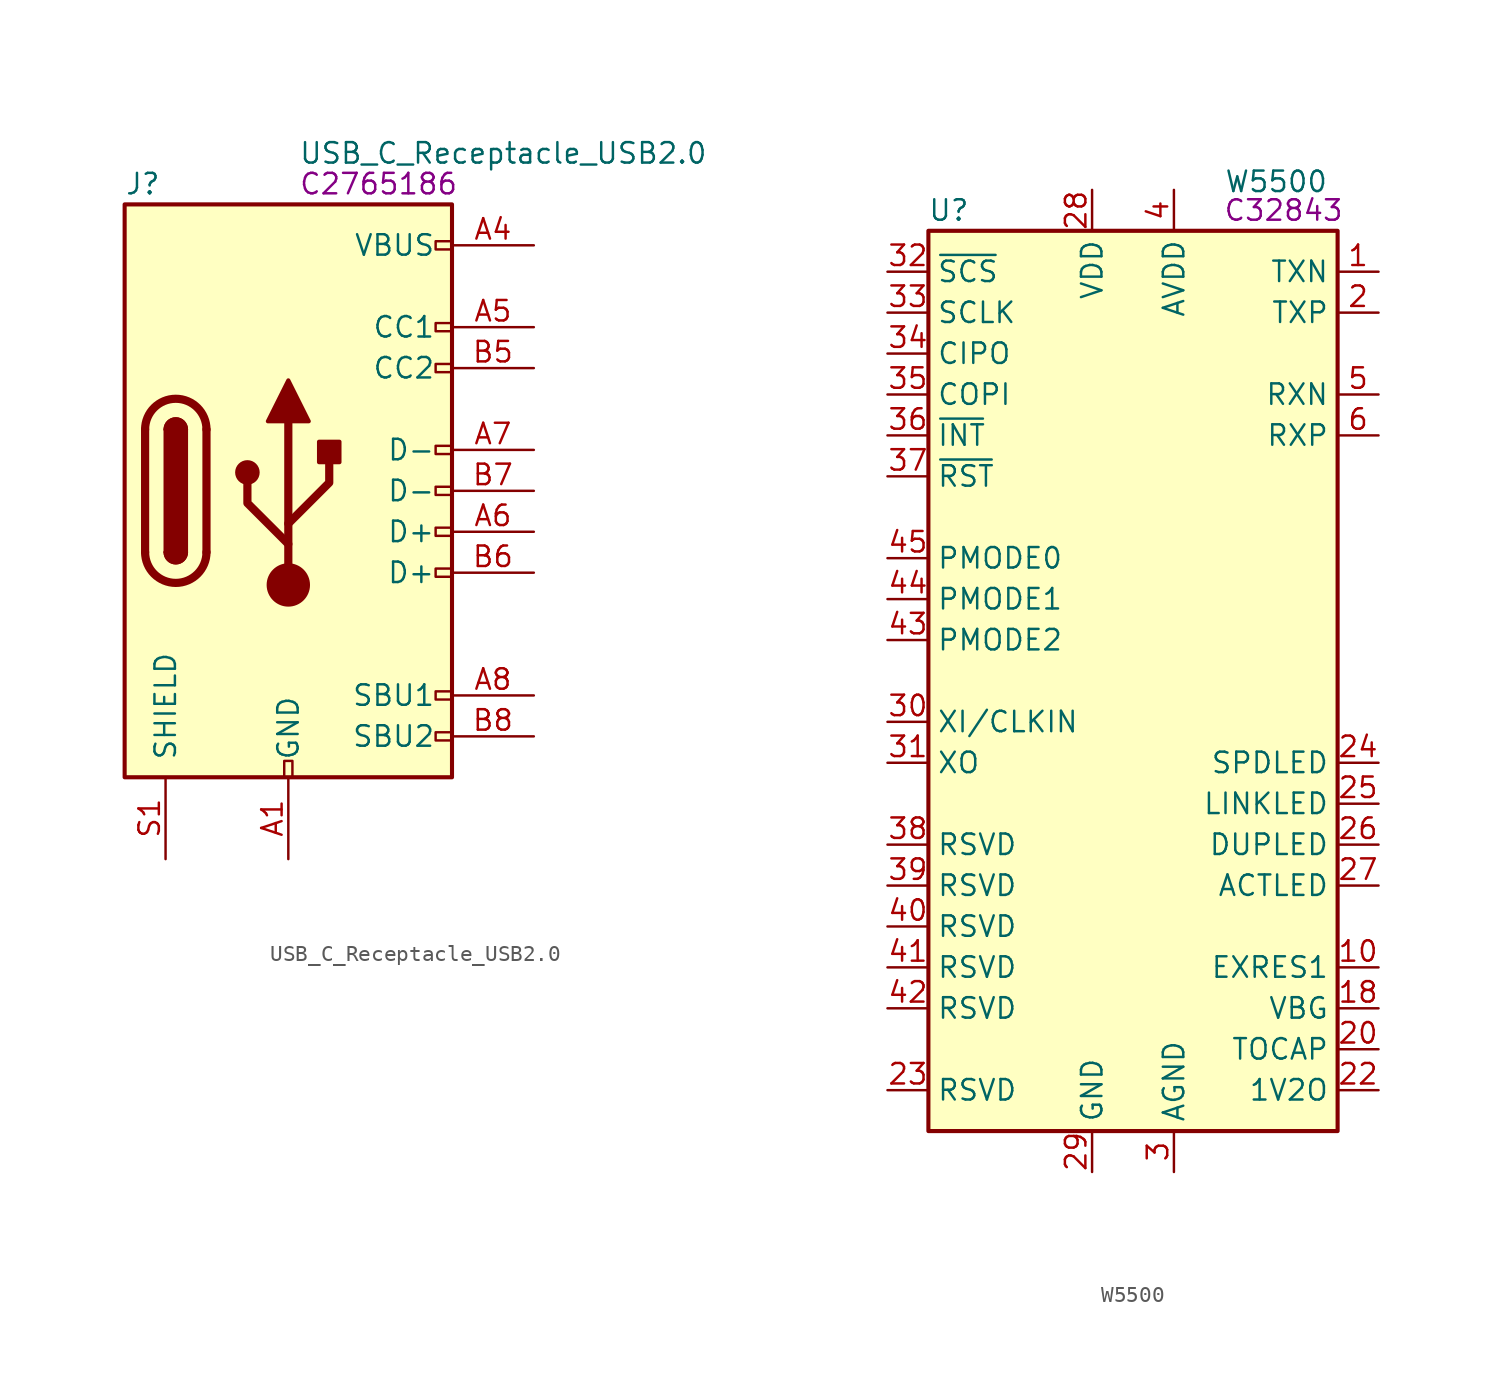
<source format=kicad_sym>
(kicad_symbol_lib
  (version 20211014)
  (generator kicad_symbol_editor)
  (symbol "USB_C_Receptacle_USB2.0"
    (pin_names
      (offset 1.016))
    (property "Reference" "J"
      (at -10.16 19.05 0)
      (effects (font (size 1.27 1.27)) (justify left)))
    (property "Value" "USB_C_Receptacle_USB2.0"
      (at 0.635 20.955 0)
      (effects (font (size 1.27 1.27)) (justify left)))
    (property "LCSC" "C2765186"
      (at 0.635 19.05 0)
      (effects (font (size 1.27 1.27)) (justify left)))
    (symbol "USB_C_Receptacle_USB2.0_0_0"
      (rectangle (start -0.254 -17.78) (end 0.254 -16.764) (stroke (width 0) (type default) (color 0 0 0 0)) (fill (type none)))
      (rectangle (start 10.16 -14.986) (end 9.144 -15.494) (stroke (width 0) (type default) (color 0 0 0 0)) (fill (type none)))
      (rectangle (start 10.16 -12.446) (end 9.144 -12.954) (stroke (width 0) (type default) (color 0 0 0 0)) (fill (type none)))
      (rectangle (start 10.16 -4.826) (end 9.144 -5.334) (stroke (width 0) (type default) (color 0 0 0 0)) (fill (type none)))
      (rectangle (start 10.16 -2.286) (end 9.144 -2.794) (stroke (width 0) (type default) (color 0 0 0 0)) (fill (type none)))
      (rectangle (start 10.16 0.254) (end 9.144 -0.254) (stroke (width 0) (type default) (color 0 0 0 0)) (fill (type none)))
      (rectangle (start 10.16 2.794) (end 9.144 2.286) (stroke (width 0) (type default) (color 0 0 0 0)) (fill (type none)))
      (rectangle (start 10.16 7.874) (end 9.144 7.366) (stroke (width 0) (type default) (color 0 0 0 0)) (fill (type none)))
      (rectangle (start 10.16 10.414) (end 9.144 9.906) (stroke (width 0) (type default) (color 0 0 0 0)) (fill (type none)))
      (rectangle (start 10.16 15.494) (end 9.144 14.986) (stroke (width 0) (type default) (color 0 0 0 0)) (fill (type none))))
    (symbol "USB_C_Receptacle_USB2.0_0_1"
      (rectangle (start -10.16 17.78) (end 10.16 -17.78) (stroke (width 0.254) (type default) (color 0 0 0 0)) (fill (type background)))
      (arc (start -8.89 -3.81) (mid -6.985 -5.715) (end -5.08 -3.81) (stroke (width 0.508) (type default) (color 0 0 0 0)) (fill (type none)))
      (arc (start -7.62 -3.81) (mid -6.985 -4.445) (end -6.35 -3.81) (stroke (width 0.254) (type default) (color 0 0 0 0)) (fill (type none)))
      (arc (start -7.62 -3.81) (mid -6.985 -4.445) (end -6.35 -3.81) (stroke (width 0.254) (type default) (color 0 0 0 0)) (fill (type outline)))
      (rectangle (start -7.62 -3.81) (end -6.35 3.81) (stroke (width 0.254) (type default) (color 0 0 0 0)) (fill (type outline)))
      (arc (start -6.35 3.81) (mid -6.985 4.445) (end -7.62 3.81) (stroke (width 0.254) (type default) (color 0 0 0 0)) (fill (type none)))
      (arc (start -6.35 3.81) (mid -6.985 4.445) (end -7.62 3.81) (stroke (width 0.254) (type default) (color 0 0 0 0)) (fill (type outline)))
      (arc (start -5.08 3.81) (mid -6.985 5.715) (end -8.89 3.81) (stroke (width 0.508) (type default) (color 0 0 0 0)) (fill (type none)))
      (circle (center -2.54 1.143) (radius 0.635) (stroke (width 0.254) (type default) (color 0 0 0 0)) (fill (type outline)))
      (circle (center 0 -5.842) (radius 1.27) (stroke (width 0) (type default) (color 0 0 0 0)) (fill (type outline)))
      (polyline (pts (xy -8.89 -3.81) (xy -8.89 3.81)) (stroke (width 0.508) (type default) (color 0 0 0 0)) (fill (type none)))
      (polyline (pts (xy -5.08 3.81) (xy -5.08 -3.81)) (stroke (width 0.508) (type default) (color 0 0 0 0)) (fill (type none)))
      (polyline (pts (xy 0 -5.842) (xy 0 4.318)) (stroke (width 0.508) (type default) (color 0 0 0 0)) (fill (type none)))
      (polyline (pts (xy 0 -3.302) (xy -2.54 -0.762) (xy -2.54 0.508)) (stroke (width 0.508) (type default) (color 0 0 0 0)) (fill (type none)))
      (polyline (pts (xy 0 -2.032) (xy 2.54 0.508) (xy 2.54 1.778)) (stroke (width 0.508) (type default) (color 0 0 0 0)) (fill (type none)))
      (polyline (pts (xy -1.27 4.318) (xy 0 6.858) (xy 1.27 4.318) (xy -1.27 4.318)) (stroke (width 0.254) (type default) (color 0 0 0 0)) (fill (type outline)))
      (rectangle (start 1.905 1.778) (end 3.175 3.048) (stroke (width 0.254) (type default) (color 0 0 0 0)) (fill (type outline))))
    (symbol "USB_C_Receptacle_USB2.0_1_1"
      (pin passive line (at 0 -22.86 90) (length 5.08) (name "GND" (effects (font (size 1.27 1.27)))) (number "A1" (effects (font (size 1.27 1.27)))))
      (pin passive line (at 0 -22.86 90) (length 5.08) hide (name "GND" (effects (font (size 1.27 1.27)))) (number "A12" (effects (font (size 1.27 1.27)))))
      (pin passive line (at 15.24 15.24 180) (length 5.08) (name "VBUS" (effects (font (size 1.27 1.27)))) (number "A4" (effects (font (size 1.27 1.27)))))
      (pin bidirectional line (at 15.24 10.16 180) (length 5.08) (name "CC1" (effects (font (size 1.27 1.27)))) (number "A5" (effects (font (size 1.27 1.27)))))
      (pin bidirectional line (at 15.24 -2.54 180) (length 5.08) (name "D+" (effects (font (size 1.27 1.27)))) (number "A6" (effects (font (size 1.27 1.27)))))
      (pin bidirectional line (at 15.24 2.54 180) (length 5.08) (name "D-" (effects (font (size 1.27 1.27)))) (number "A7" (effects (font (size 1.27 1.27)))))
      (pin bidirectional line (at 15.24 -12.7 180) (length 5.08) (name "SBU1" (effects (font (size 1.27 1.27)))) (number "A8" (effects (font (size 1.27 1.27)))))
      (pin passive line (at 15.24 15.24 180) (length 5.08) hide (name "VBUS" (effects (font (size 1.27 1.27)))) (number "A9" (effects (font (size 1.27 1.27)))))
      (pin passive line (at 0 -22.86 90) (length 5.08) hide (name "GND" (effects (font (size 1.27 1.27)))) (number "B1" (effects (font (size 1.27 1.27)))))
      (pin passive line (at 0 -22.86 90) (length 5.08) hide (name "GND" (effects (font (size 1.27 1.27)))) (number "B12" (effects (font (size 1.27 1.27)))))
      (pin passive line (at 15.24 15.24 180) (length 5.08) hide (name "VBUS" (effects (font (size 1.27 1.27)))) (number "B4" (effects (font (size 1.27 1.27)))))
      (pin bidirectional line (at 15.24 7.62 180) (length 5.08) (name "CC2" (effects (font (size 1.27 1.27)))) (number "B5" (effects (font (size 1.27 1.27)))))
      (pin bidirectional line (at 15.24 -5.08 180) (length 5.08) (name "D+" (effects (font (size 1.27 1.27)))) (number "B6" (effects (font (size 1.27 1.27)))))
      (pin bidirectional line (at 15.24 0 180) (length 5.08) (name "D-" (effects (font (size 1.27 1.27)))) (number "B7" (effects (font (size 1.27 1.27)))))
      (pin bidirectional line (at 15.24 -15.24 180) (length 5.08) (name "SBU2" (effects (font (size 1.27 1.27)))) (number "B8" (effects (font (size 1.27 1.27)))))
      (pin passive line (at 15.24 15.24 180) (length 5.08) hide (name "VBUS" (effects (font (size 1.27 1.27)))) (number "B9" (effects (font (size 1.27 1.27)))))
      (pin passive line (at -7.62 -22.86 90) (length 5.08) (name "SHIELD" (effects (font (size 1.27 1.27)))) (number "S1" (effects (font (size 1.27 1.27)))))))
  (symbol "W5500"
    (property "Reference" "U"
      (at -11.43 29.21 0)
      (effects (font (size 1.27 1.27))))
    (property "Value" "W5500"
      (at 8.89 30.988 0)
      (effects (font (size 1.27 1.27))))
    (property "LCSC" "C32843"
      (at 5.588 29.21 0)
      (effects (font (size 1.27 1.27)) (justify left)))
    (symbol "W5500_0_1"
      (rectangle (start -12.7 27.94) (end 12.7 -27.94) (stroke (width 0.254) (type default) (color 0 0 0 0)) (fill (type background))))
    (symbol "W5500_1_1"
      (pin output line (at 15.24 25.4 180) (length 2.54) (name "TXN" (effects (font (size 1.27 1.27)))) (number "1" (effects (font (size 1.27 1.27)))))
      (pin passive line (at 15.24 -17.78 180) (length 2.54) (name "EXRES1" (effects (font (size 1.27 1.27)))) (number "10" (effects (font (size 1.27 1.27)))))
      (pin passive line (at 2.54 30.48 270) (length 2.54) hide (name "AVDD" (effects (font (size 1.27 1.27)))) (number "11" (effects (font (size 1.27 1.27)))))
      (pin no_connect line (at 12.7 7.62 180) (length 2.54) hide (name "NC" (effects (font (size 1.27 1.27)))) (number "12" (effects (font (size 1.27 1.27)))))
      (pin no_connect line (at 12.7 5.08 180) (length 2.54) hide (name "NC" (effects (font (size 1.27 1.27)))) (number "13" (effects (font (size 1.27 1.27)))))
      (pin passive line (at 2.54 -30.48 90) (length 2.54) hide (name "AGND" (effects (font (size 1.27 1.27)))) (number "14" (effects (font (size 1.27 1.27)))))
      (pin passive line (at 2.54 30.48 270) (length 2.54) hide (name "AVDD" (effects (font (size 1.27 1.27)))) (number "15" (effects (font (size 1.27 1.27)))))
      (pin passive line (at 2.54 -30.48 90) (length 2.54) hide (name "AGND" (effects (font (size 1.27 1.27)))) (number "16" (effects (font (size 1.27 1.27)))))
      (pin passive line (at 2.54 30.48 270) (length 2.54) hide (name "AVDD" (effects (font (size 1.27 1.27)))) (number "17" (effects (font (size 1.27 1.27)))))
      (pin passive line (at 15.24 -20.32 180) (length 2.54) (name "VBG" (effects (font (size 1.27 1.27)))) (number "18" (effects (font (size 1.27 1.27)))))
      (pin passive line (at 2.54 -30.48 90) (length 2.54) hide (name "AGND" (effects (font (size 1.27 1.27)))) (number "19" (effects (font (size 1.27 1.27)))))
      (pin output line (at 15.24 22.86 180) (length 2.54) (name "TXP" (effects (font (size 1.27 1.27)))) (number "2" (effects (font (size 1.27 1.27)))))
      (pin passive line (at 15.24 -22.86 180) (length 2.54) (name "TOCAP" (effects (font (size 1.27 1.27)))) (number "20" (effects (font (size 1.27 1.27)))))
      (pin passive line (at 2.54 30.48 270) (length 2.54) hide (name "AVDD" (effects (font (size 1.27 1.27)))) (number "21" (effects (font (size 1.27 1.27)))))
      (pin output line (at 15.24 -25.4 180) (length 2.54) (name "1V2O" (effects (font (size 1.27 1.27)))) (number "22" (effects (font (size 1.27 1.27)))))
      (pin input line (at -15.24 -25.4 0) (length 2.54) (name "RSVD" (effects (font (size 1.27 1.27)))) (number "23" (effects (font (size 1.27 1.27)))))
      (pin output line (at 15.24 -5.08 180) (length 2.54) (name "SPDLED" (effects (font (size 1.27 1.27)))) (number "24" (effects (font (size 1.27 1.27)))))
      (pin output line (at 15.24 -7.62 180) (length 2.54) (name "LINKLED" (effects (font (size 1.27 1.27)))) (number "25" (effects (font (size 1.27 1.27)))))
      (pin output line (at 15.24 -10.16 180) (length 2.54) (name "DUPLED" (effects (font (size 1.27 1.27)))) (number "26" (effects (font (size 1.27 1.27)))))
      (pin output line (at 15.24 -12.7 180) (length 2.54) (name "ACTLED" (effects (font (size 1.27 1.27)))) (number "27" (effects (font (size 1.27 1.27)))))
      (pin power_in line (at -2.54 30.48 270) (length 2.54) (name "VDD" (effects (font (size 1.27 1.27)))) (number "28" (effects (font (size 1.27 1.27)))))
      (pin power_in line (at -2.54 -30.48 90) (length 2.54) (name "GND" (effects (font (size 1.27 1.27)))) (number "29" (effects (font (size 1.27 1.27)))))
      (pin power_in line (at 2.54 -30.48 90) (length 2.54) (name "AGND" (effects (font (size 1.27 1.27)))) (number "3" (effects (font (size 1.27 1.27)))))
      (pin input line (at -15.24 -2.54 0) (length 2.54) (name "XI/CLKIN" (effects (font (size 1.27 1.27)))) (number "30" (effects (font (size 1.27 1.27)))))
      (pin output line (at -15.24 -5.08 0) (length 2.54) (name "XO" (effects (font (size 1.27 1.27)))) (number "31" (effects (font (size 1.27 1.27)))))
      (pin input line (at -15.24 25.4 0) (length 2.54) (name "~{SCS}" (effects (font (size 1.27 1.27)))) (number "32" (effects (font (size 1.27 1.27)))))
      (pin input line (at -15.24 22.86 0) (length 2.54) (name "SCLK" (effects (font (size 1.27 1.27)))) (number "33" (effects (font (size 1.27 1.27)))))
      (pin output line (at -15.24 20.32 0) (length 2.54) (name "CIPO" (effects (font (size 1.27 1.27)))) (number "34" (effects (font (size 1.27 1.27)))))
      (pin input line (at -15.24 17.78 0) (length 2.54) (name "COPI" (effects (font (size 1.27 1.27)))) (number "35" (effects (font (size 1.27 1.27)))))
      (pin input line (at -15.24 15.24 0) (length 2.54) (name "~{INT}" (effects (font (size 1.27 1.27)))) (number "36" (effects (font (size 1.27 1.27)))))
      (pin input line (at -15.24 12.7 0) (length 2.54) (name "~{RST}" (effects (font (size 1.27 1.27)))) (number "37" (effects (font (size 1.27 1.27)))))
      (pin input line (at -15.24 -10.16 0) (length 2.54) (name "RSVD" (effects (font (size 1.27 1.27)))) (number "38" (effects (font (size 1.27 1.27)))))
      (pin input line (at -15.24 -12.7 0) (length 2.54) (name "RSVD" (effects (font (size 1.27 1.27)))) (number "39" (effects (font (size 1.27 1.27)))))
      (pin power_in line (at 2.54 30.48 270) (length 2.54) (name "AVDD" (effects (font (size 1.27 1.27)))) (number "4" (effects (font (size 1.27 1.27)))))
      (pin input line (at -15.24 -15.24 0) (length 2.54) (name "RSVD" (effects (font (size 1.27 1.27)))) (number "40" (effects (font (size 1.27 1.27)))))
      (pin input line (at -15.24 -17.78 0) (length 2.54) (name "RSVD" (effects (font (size 1.27 1.27)))) (number "41" (effects (font (size 1.27 1.27)))))
      (pin input line (at -15.24 -20.32 0) (length 2.54) (name "RSVD" (effects (font (size 1.27 1.27)))) (number "42" (effects (font (size 1.27 1.27)))))
      (pin input line (at -15.24 2.54 0) (length 2.54) (name "PMODE2" (effects (font (size 1.27 1.27)))) (number "43" (effects (font (size 1.27 1.27)))))
      (pin input line (at -15.24 5.08 0) (length 2.54) (name "PMODE1" (effects (font (size 1.27 1.27)))) (number "44" (effects (font (size 1.27 1.27)))))
      (pin input line (at -15.24 7.62 0) (length 2.54) (name "PMODE0" (effects (font (size 1.27 1.27)))) (number "45" (effects (font (size 1.27 1.27)))))
      (pin no_connect line (at 12.7 2.54 180) (length 2.54) hide (name "NC" (effects (font (size 1.27 1.27)))) (number "46" (effects (font (size 1.27 1.27)))))
      (pin no_connect line (at 12.7 0 180) (length 2.54) hide (name "NC" (effects (font (size 1.27 1.27)))) (number "47" (effects (font (size 1.27 1.27)))))
      (pin passive line (at 2.54 -30.48 90) (length 2.54) hide (name "AGND" (effects (font (size 1.27 1.27)))) (number "48" (effects (font (size 1.27 1.27)))))
      (pin input line (at 15.24 17.78 180) (length 2.54) (name "RXN" (effects (font (size 1.27 1.27)))) (number "5" (effects (font (size 1.27 1.27)))))
      (pin input line (at 15.24 15.24 180) (length 2.54) (name "RXP" (effects (font (size 1.27 1.27)))) (number "6" (effects (font (size 1.27 1.27)))))
      (pin no_connect line (at 12.7 10.16 180) (length 2.54) hide (name "DNC" (effects (font (size 1.27 1.27)))) (number "7" (effects (font (size 1.27 1.27)))))
      (pin passive line (at 2.54 30.48 270) (length 2.54) hide (name "AVDD" (effects (font (size 1.27 1.27)))) (number "8" (effects (font (size 1.27 1.27)))))
      (pin passive line (at 2.54 -30.48 90) (length 2.54) hide (name "AGND" (effects (font (size 1.27 1.27)))) (number "9" (effects (font (size 1.27 1.27))))))))
</source>
